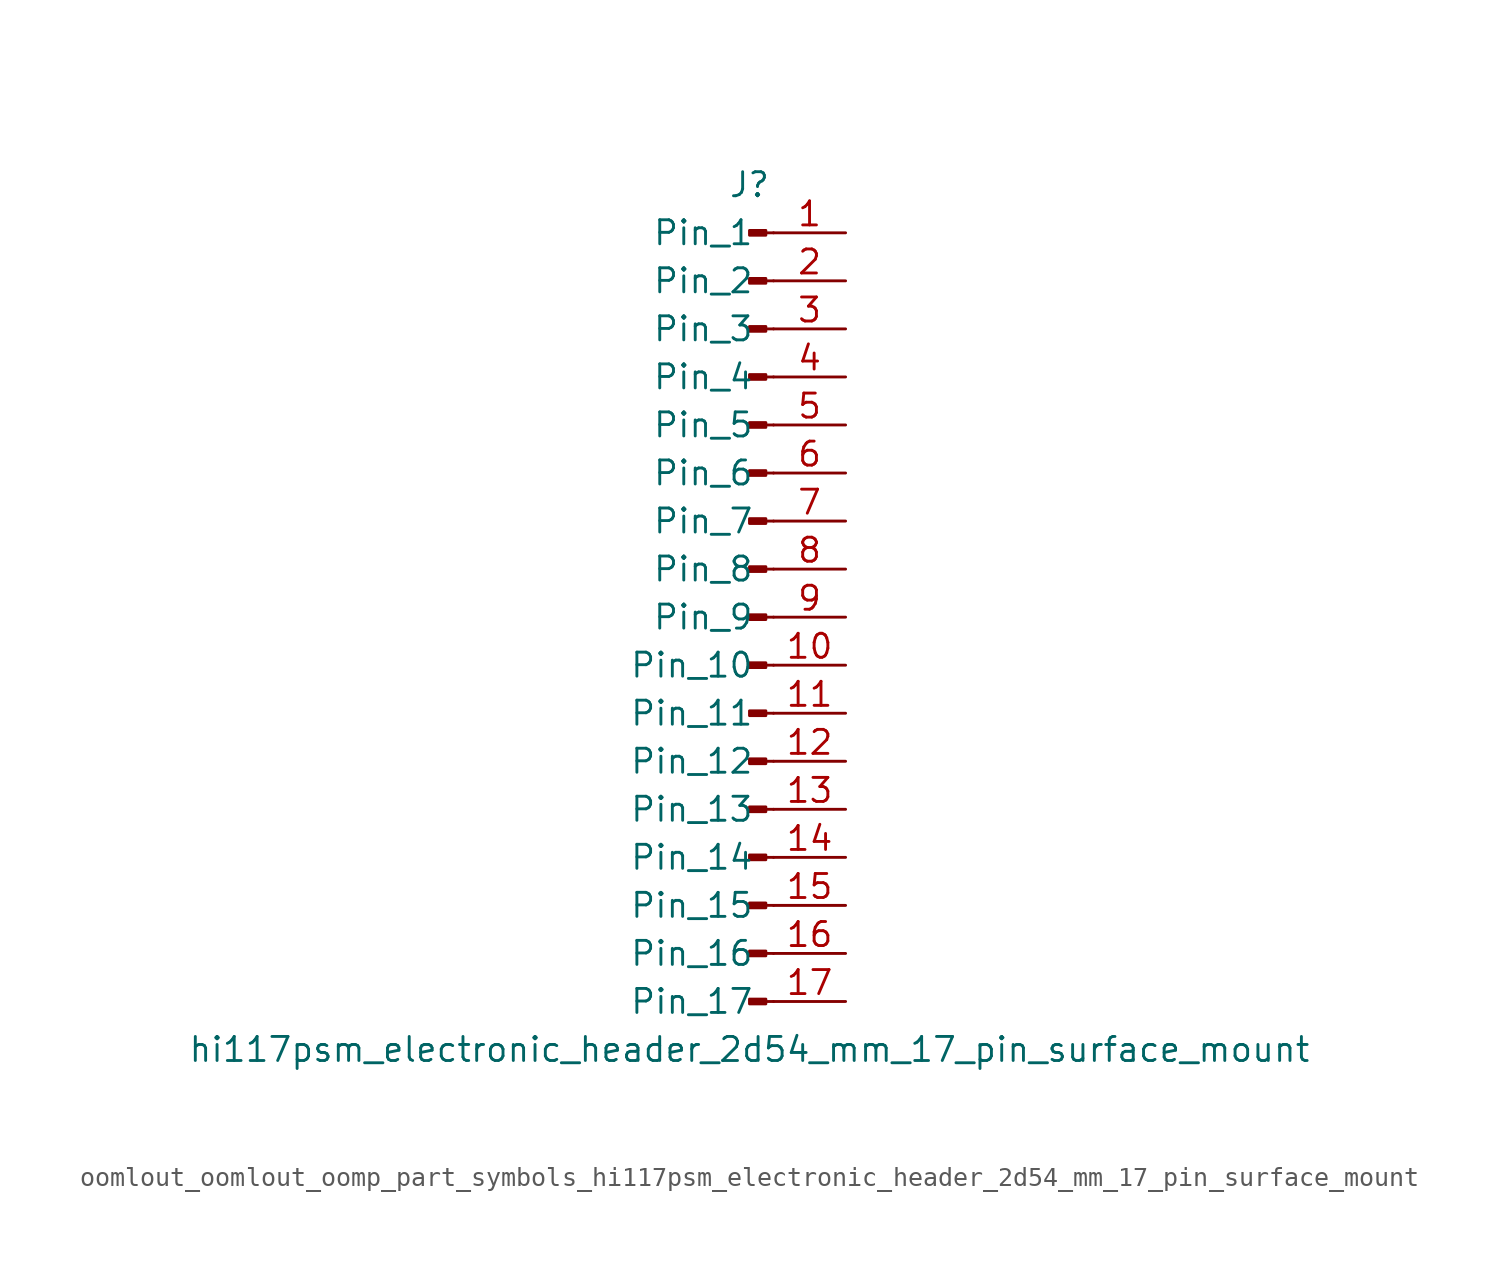
<source format=kicad_sym>
(kicad_symbol_lib
  (version 20220914)
  (generator kicad_symbol_editor)
  (symbol "oomlout_oomlout_oomp_part_symbols_hi117psm_electronic_header_2d54_mm_17_pin_surface_mount"
    (pin_names
      (offset 1.016))
    (property "Reference" "J"
      (at 0 22.86 0)
      (effects (font (size 1.27 1.27))))
    (property "Value" "hi117psm_electronic_header_2d54_mm_17_pin_surface_mount"
      (at 0 -22.86 0)
      (effects (font (size 1.27 1.27))))
    (property "ki_locked" ""
      (at 0 0 0)
      (effects (font (size 1.27 1.27))))
    (symbol "oomlout_oomlout_oomp_part_symbols_hi117psm_electronic_header_2d54_mm_17_pin_surface_mount_1_1"
      (polyline (pts (xy 1.27 -20.32) (xy 0.864 -20.32)) (stroke (width 0.152) (type default)) (fill (type none)))
      (polyline (pts (xy 1.27 -17.78) (xy 0.864 -17.78)) (stroke (width 0.152) (type default)) (fill (type none)))
      (polyline (pts (xy 1.27 -15.24) (xy 0.864 -15.24)) (stroke (width 0.152) (type default)) (fill (type none)))
      (polyline (pts (xy 1.27 -12.7) (xy 0.864 -12.7)) (stroke (width 0.152) (type default)) (fill (type none)))
      (polyline (pts (xy 1.27 -10.16) (xy 0.864 -10.16)) (stroke (width 0.152) (type default)) (fill (type none)))
      (polyline (pts (xy 1.27 -7.62) (xy 0.864 -7.62)) (stroke (width 0.152) (type default)) (fill (type none)))
      (polyline (pts (xy 1.27 -5.08) (xy 0.864 -5.08)) (stroke (width 0.152) (type default)) (fill (type none)))
      (polyline (pts (xy 1.27 -2.54) (xy 0.864 -2.54)) (stroke (width 0.152) (type default)) (fill (type none)))
      (polyline (pts (xy 1.27 0) (xy 0.864 0)) (stroke (width 0.152) (type default)) (fill (type none)))
      (polyline (pts (xy 1.27 2.54) (xy 0.864 2.54)) (stroke (width 0.152) (type default)) (fill (type none)))
      (polyline (pts (xy 1.27 5.08) (xy 0.864 5.08)) (stroke (width 0.152) (type default)) (fill (type none)))
      (polyline (pts (xy 1.27 7.62) (xy 0.864 7.62)) (stroke (width 0.152) (type default)) (fill (type none)))
      (polyline (pts (xy 1.27 10.16) (xy 0.864 10.16)) (stroke (width 0.152) (type default)) (fill (type none)))
      (polyline (pts (xy 1.27 12.7) (xy 0.864 12.7)) (stroke (width 0.152) (type default)) (fill (type none)))
      (polyline (pts (xy 1.27 15.24) (xy 0.864 15.24)) (stroke (width 0.152) (type default)) (fill (type none)))
      (polyline (pts (xy 1.27 17.78) (xy 0.864 17.78)) (stroke (width 0.152) (type default)) (fill (type none)))
      (polyline (pts (xy 1.27 20.32) (xy 0.864 20.32)) (stroke (width 0.152) (type default)) (fill (type none)))
      (rectangle (start 0.864 -20.193) (end 0 -20.447) (stroke (width 0.152) (type default)) (fill (type outline)))
      (rectangle (start 0.864 -17.653) (end 0 -17.907) (stroke (width 0.152) (type default)) (fill (type outline)))
      (rectangle (start 0.864 -15.113) (end 0 -15.367) (stroke (width 0.152) (type default)) (fill (type outline)))
      (rectangle (start 0.864 -12.573) (end 0 -12.827) (stroke (width 0.152) (type default)) (fill (type outline)))
      (rectangle (start 0.864 -10.033) (end 0 -10.287) (stroke (width 0.152) (type default)) (fill (type outline)))
      (rectangle (start 0.864 -7.493) (end 0 -7.747) (stroke (width 0.152) (type default)) (fill (type outline)))
      (rectangle (start 0.864 -4.953) (end 0 -5.207) (stroke (width 0.152) (type default)) (fill (type outline)))
      (rectangle (start 0.864 -2.413) (end 0 -2.667) (stroke (width 0.152) (type default)) (fill (type outline)))
      (rectangle (start 0.864 0.127) (end 0 -0.127) (stroke (width 0.152) (type default)) (fill (type outline)))
      (rectangle (start 0.864 2.667) (end 0 2.413) (stroke (width 0.152) (type default)) (fill (type outline)))
      (rectangle (start 0.864 5.207) (end 0 4.953) (stroke (width 0.152) (type default)) (fill (type outline)))
      (rectangle (start 0.864 7.747) (end 0 7.493) (stroke (width 0.152) (type default)) (fill (type outline)))
      (rectangle (start 0.864 10.287) (end 0 10.033) (stroke (width 0.152) (type default)) (fill (type outline)))
      (rectangle (start 0.864 12.827) (end 0 12.573) (stroke (width 0.152) (type default)) (fill (type outline)))
      (rectangle (start 0.864 15.367) (end 0 15.113) (stroke (width 0.152) (type default)) (fill (type outline)))
      (rectangle (start 0.864 17.907) (end 0 17.653) (stroke (width 0.152) (type default)) (fill (type outline)))
      (rectangle (start 0.864 20.447) (end 0 20.193) (stroke (width 0.152) (type default)) (fill (type outline)))
      (pin passive line (at 5.08 20.32 180) (length 3.81) (name "Pin_1" (effects (font (size 1.27 1.27)))) (number "1" (effects (font (size 1.27 1.27)))))
      (pin passive line (at 5.08 -2.54 180) (length 3.81) (name "Pin_10" (effects (font (size 1.27 1.27)))) (number "10" (effects (font (size 1.27 1.27)))))
      (pin passive line (at 5.08 -5.08 180) (length 3.81) (name "Pin_11" (effects (font (size 1.27 1.27)))) (number "11" (effects (font (size 1.27 1.27)))))
      (pin passive line (at 5.08 -7.62 180) (length 3.81) (name "Pin_12" (effects (font (size 1.27 1.27)))) (number "12" (effects (font (size 1.27 1.27)))))
      (pin passive line (at 5.08 -10.16 180) (length 3.81) (name "Pin_13" (effects (font (size 1.27 1.27)))) (number "13" (effects (font (size 1.27 1.27)))))
      (pin passive line (at 5.08 -12.7 180) (length 3.81) (name "Pin_14" (effects (font (size 1.27 1.27)))) (number "14" (effects (font (size 1.27 1.27)))))
      (pin passive line (at 5.08 -15.24 180) (length 3.81) (name "Pin_15" (effects (font (size 1.27 1.27)))) (number "15" (effects (font (size 1.27 1.27)))))
      (pin passive line (at 5.08 -17.78 180) (length 3.81) (name "Pin_16" (effects (font (size 1.27 1.27)))) (number "16" (effects (font (size 1.27 1.27)))))
      (pin passive line (at 5.08 -20.32 180) (length 3.81) (name "Pin_17" (effects (font (size 1.27 1.27)))) (number "17" (effects (font (size 1.27 1.27)))))
      (pin passive line (at 5.08 17.78 180) (length 3.81) (name "Pin_2" (effects (font (size 1.27 1.27)))) (number "2" (effects (font (size 1.27 1.27)))))
      (pin passive line (at 5.08 15.24 180) (length 3.81) (name "Pin_3" (effects (font (size 1.27 1.27)))) (number "3" (effects (font (size 1.27 1.27)))))
      (pin passive line (at 5.08 12.7 180) (length 3.81) (name "Pin_4" (effects (font (size 1.27 1.27)))) (number "4" (effects (font (size 1.27 1.27)))))
      (pin passive line (at 5.08 10.16 180) (length 3.81) (name "Pin_5" (effects (font (size 1.27 1.27)))) (number "5" (effects (font (size 1.27 1.27)))))
      (pin passive line (at 5.08 7.62 180) (length 3.81) (name "Pin_6" (effects (font (size 1.27 1.27)))) (number "6" (effects (font (size 1.27 1.27)))))
      (pin passive line (at 5.08 5.08 180) (length 3.81) (name "Pin_7" (effects (font (size 1.27 1.27)))) (number "7" (effects (font (size 1.27 1.27)))))
      (pin passive line (at 5.08 2.54 180) (length 3.81) (name "Pin_8" (effects (font (size 1.27 1.27)))) (number "8" (effects (font (size 1.27 1.27)))))
      (pin passive line (at 5.08 0 180) (length 3.81) (name "Pin_9" (effects (font (size 1.27 1.27)))) (number "9" (effects (font (size 1.27 1.27))))))))
</source>
